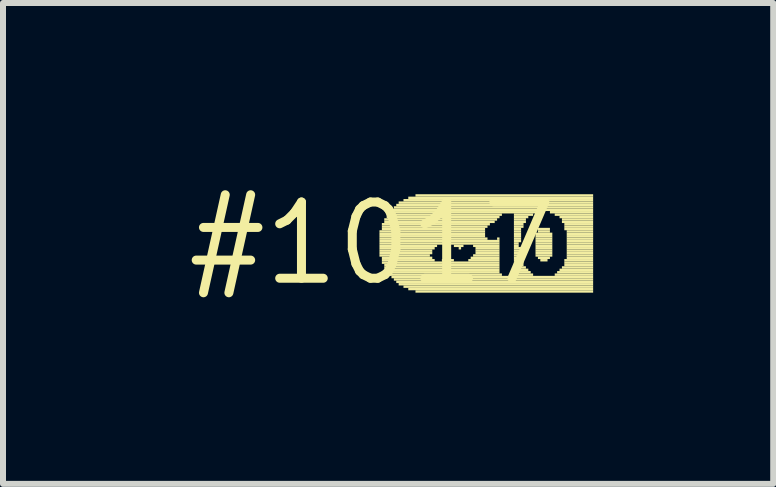
<source format=kicad_pcb>
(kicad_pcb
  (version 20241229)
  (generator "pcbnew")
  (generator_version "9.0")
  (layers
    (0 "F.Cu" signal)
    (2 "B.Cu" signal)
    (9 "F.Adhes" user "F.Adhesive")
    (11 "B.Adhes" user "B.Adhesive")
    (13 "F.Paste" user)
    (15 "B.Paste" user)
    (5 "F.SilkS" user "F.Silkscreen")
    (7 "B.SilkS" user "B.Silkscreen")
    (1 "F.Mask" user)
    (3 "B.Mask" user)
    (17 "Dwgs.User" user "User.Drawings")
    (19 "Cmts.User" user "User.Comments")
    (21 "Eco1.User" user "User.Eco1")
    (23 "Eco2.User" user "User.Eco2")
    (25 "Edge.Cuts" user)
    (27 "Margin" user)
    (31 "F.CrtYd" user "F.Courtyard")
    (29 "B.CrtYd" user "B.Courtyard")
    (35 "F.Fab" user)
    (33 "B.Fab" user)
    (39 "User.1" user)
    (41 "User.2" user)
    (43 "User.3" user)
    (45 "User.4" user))
  (footprint "#1017"
    (layer "F.Cu")
    (at 3.152 1.006)
    (property "Reference" "#1017" (at 0 0 0) (layer "F.SilkS") (effects (font (size 1.27 1.27) (thickness 0.15))))
    (attr through_hole)
    (fp_poly (pts (xy 0.12 -0.18) (xy 1.88 -0.18) (xy 1.88 -0.22) (xy 0.12 -0.22)) (stroke (width 0) (type solid)) (fill yes) (layer "F.SilkS"))
    (fp_poly (pts (xy 0.12 -0.14) (xy 1.88 -0.14) (xy 1.88 -0.18) (xy 0.12 -0.18)) (stroke (width 0) (type solid)) (fill yes) (layer "F.SilkS"))
    (fp_poly (pts (xy 0.12 -0.1) (xy 1.88 -0.1) (xy 1.88 -0.14) (xy 0.12 -0.14)) (stroke (width 0) (type solid)) (fill yes) (layer "F.SilkS"))
    (fp_poly (pts (xy 0.12 -0.06) (xy 1.92 -0.06) (xy 1.92 -0.1) (xy 0.12 -0.1)) (stroke (width 0) (type solid)) (fill yes) (layer "F.SilkS"))
    (fp_poly (pts (xy 0.12 -0.02) (xy 2.12 -0.02) (xy 2.12 -0.06) (xy 0.12 -0.06)) (stroke (width 0) (type solid)) (fill yes) (layer "F.SilkS"))
    (fp_poly (pts (xy 0.12 0.02) (xy 1.2 0.02) (xy 1.2 -0.02) (xy 0.12 -0.02)) (stroke (width 0) (type solid)) (fill yes) (layer "F.SilkS"))
    (fp_poly (pts (xy 0.12 0.06) (xy 1.08 0.06) (xy 1.08 0.02) (xy 0.12 0.02)) (stroke (width 0) (type solid)) (fill yes) (layer "F.SilkS"))
    (fp_poly (pts (xy 0.12 0.1) (xy 1.04 0.1) (xy 1.04 0.06) (xy 0.12 0.06)) (stroke (width 0) (type solid)) (fill yes) (layer "F.SilkS"))
    (fp_poly (pts (xy 0.12 0.14) (xy 1 0.14) (xy 1 0.1) (xy 0.12 0.1)) (stroke (width 0) (type solid)) (fill yes) (layer "F.SilkS"))
    (fp_poly (pts (xy 0.12 0.18) (xy 1 0.18) (xy 1 0.14) (xy 0.12 0.14)) (stroke (width 0) (type solid)) (fill yes) (layer "F.SilkS"))
    (fp_poly (pts (xy 0.12 0.22) (xy 0.96 0.22) (xy 0.96 0.18) (xy 0.12 0.18)) (stroke (width 0) (type solid)) (fill yes) (layer "F.SilkS"))
    (fp_poly (pts (xy 0.16 -0.3) (xy 1.96 -0.3) (xy 1.96 -0.34) (xy 0.16 -0.34)) (stroke (width 0) (type solid)) (fill yes) (layer "F.SilkS"))
    (fp_poly (pts (xy 0.16 -0.26) (xy 1.92 -0.26) (xy 1.92 -0.3) (xy 0.16 -0.3)) (stroke (width 0) (type solid)) (fill yes) (layer "F.SilkS"))
    (fp_poly (pts (xy 0.16 -0.22) (xy 1.88 -0.22) (xy 1.88 -0.26) (xy 0.16 -0.26)) (stroke (width 0) (type solid)) (fill yes) (layer "F.SilkS"))
    (fp_poly (pts (xy 0.16 0.26) (xy 1 0.26) (xy 1 0.22) (xy 0.16 0.22)) (stroke (width 0) (type solid)) (fill yes) (layer "F.SilkS"))
    (fp_poly (pts (xy 0.16 0.3) (xy 1.04 0.3) (xy 1.04 0.26) (xy 0.16 0.26)) (stroke (width 0) (type solid)) (fill yes) (layer "F.SilkS"))
    (fp_poly (pts (xy 0.16 0.34) (xy 2.12 0.34) (xy 2.12 0.3) (xy 0.16 0.3)) (stroke (width 0) (type solid)) (fill yes) (layer "F.SilkS"))
    (fp_poly (pts (xy 0.2 -0.38) (xy 2.08 -0.38) (xy 2.08 -0.42) (xy 0.2 -0.42)) (stroke (width 0) (type solid)) (fill yes) (layer "F.SilkS"))
    (fp_poly (pts (xy 0.2 -0.34) (xy 2.04 -0.34) (xy 2.04 -0.38) (xy 0.2 -0.38)) (stroke (width 0) (type solid)) (fill yes) (layer "F.SilkS"))
    (fp_poly (pts (xy 0.2 0.38) (xy 2.12 0.38) (xy 2.12 0.34) (xy 0.2 0.34)) (stroke (width 0) (type solid)) (fill yes) (layer "F.SilkS"))
    (fp_poly (pts (xy 0.2 0.42) (xy 2.12 0.42) (xy 2.12 0.38) (xy 0.2 0.38)) (stroke (width 0) (type solid)) (fill yes) (layer "F.SilkS"))
    (fp_poly (pts (xy 0.24 -0.46) (xy 2.16 -0.46) (xy 2.16 -0.5) (xy 0.24 -0.5)) (stroke (width 0) (type solid)) (fill yes) (layer "F.SilkS"))
    (fp_poly (pts (xy 0.24 -0.42) (xy 2.12 -0.42) (xy 2.12 -0.46) (xy 0.24 -0.46)) (stroke (width 0) (type solid)) (fill yes) (layer "F.SilkS"))
    (fp_poly (pts (xy 0.24 0.46) (xy 2.12 0.46) (xy 2.12 0.42) (xy 0.24 0.42)) (stroke (width 0) (type solid)) (fill yes) (layer "F.SilkS"))
    (fp_poly (pts (xy 0.24 0.5) (xy 2.12 0.5) (xy 2.12 0.46) (xy 0.24 0.46)) (stroke (width 0) (type solid)) (fill yes) (layer "F.SilkS"))
    (fp_poly (pts (xy 0.28 -0.5) (xy 2.76 -0.5) (xy 2.76 -0.54) (xy 0.28 -0.54)) (stroke (width 0) (type solid)) (fill yes) (layer "F.SilkS"))
    (fp_poly (pts (xy 0.28 0.54) (xy 2.16 0.54) (xy 2.16 0.5) (xy 0.28 0.5)) (stroke (width 0) (type solid)) (fill yes) (layer "F.SilkS"))
    (fp_poly (pts (xy 0.32 -0.54) (xy 3.68 -0.54) (xy 3.68 -0.58) (xy 0.32 -0.58)) (stroke (width 0) (type solid)) (fill yes) (layer "F.SilkS"))
    (fp_poly (pts (xy 0.32 0.58) (xy 3.68 0.58) (xy 3.68 0.54) (xy 0.32 0.54)) (stroke (width 0) (type solid)) (fill yes) (layer "F.SilkS"))
    (fp_poly (pts (xy 0.36 -0.58) (xy 3.68 -0.58) (xy 3.68 -0.62) (xy 0.36 -0.62)) (stroke (width 0) (type solid)) (fill yes) (layer "F.SilkS"))
    (fp_poly (pts (xy 0.36 0.62) (xy 3.68 0.62) (xy 3.68 0.58) (xy 0.36 0.58)) (stroke (width 0) (type solid)) (fill yes) (layer "F.SilkS"))
    (fp_poly (pts (xy 0.4 -0.62) (xy 3.68 -0.62) (xy 3.68 -0.66) (xy 0.4 -0.66)) (stroke (width 0) (type solid)) (fill yes) (layer "F.SilkS"))
    (fp_poly (pts (xy 0.4 0.66) (xy 3.68 0.66) (xy 3.68 0.62) (xy 0.4 0.62)) (stroke (width 0) (type solid)) (fill yes) (layer "F.SilkS"))
    (fp_poly (pts (xy 0.44 -0.66) (xy 3.68 -0.66) (xy 3.68 -0.7) (xy 0.44 -0.7)) (stroke (width 0) (type solid)) (fill yes) (layer "F.SilkS"))
    (fp_poly (pts (xy 0.44 0.7) (xy 3.68 0.7) (xy 3.68 0.66) (xy 0.44 0.66)) (stroke (width 0) (type solid)) (fill yes) (layer "F.SilkS"))
    (fp_poly (pts (xy 0.52 -0.7) (xy 3.68 -0.7) (xy 3.68 -0.74) (xy 0.52 -0.74)) (stroke (width 0) (type solid)) (fill yes) (layer "F.SilkS"))
    (fp_poly (pts (xy 0.52 0.74) (xy 3.68 0.74) (xy 3.68 0.7) (xy 0.52 0.7)) (stroke (width 0) (type solid)) (fill yes) (layer "F.SilkS"))
    (fp_poly (pts (xy 0.6 -0.74) (xy 3.68 -0.74) (xy 3.68 -0.78) (xy 0.6 -0.78)) (stroke (width 0) (type solid)) (fill yes) (layer "F.SilkS"))
    (fp_poly (pts (xy 0.6 0.78) (xy 3.68 0.78) (xy 3.68 0.74) (xy 0.6 0.74)) (stroke (width 0) (type solid)) (fill yes) (layer "F.SilkS"))
    (fp_poly (pts (xy 0.72 -0.78) (xy 3.68 -0.78) (xy 3.68 -0.82) (xy 0.72 -0.82)) (stroke (width 0) (type solid)) (fill yes) (layer "F.SilkS"))
    (fp_poly (pts (xy 0.72 0.82) (xy 3.68 0.82) (xy 3.68 0.78) (xy 0.72 0.78)) (stroke (width 0) (type solid)) (fill yes) (layer "F.SilkS"))
    (fp_poly (pts (xy 1.16 0.3) (xy 1.36 0.3) (xy 1.36 0.26) (xy 1.16 0.26)) (stroke (width 0) (type solid)) (fill yes) (layer "F.SilkS"))
    (fp_poly (pts (xy 1.2 0.26) (xy 1.28 0.26) (xy 1.28 0.22) (xy 1.2 0.22)) (stroke (width 0) (type solid)) (fill yes) (layer "F.SilkS"))
    (fp_poly (pts (xy 1.28 0.02) (xy 2.12 0.02) (xy 2.12 -0.02) (xy 1.28 -0.02)) (stroke (width 0) (type solid)) (fill yes) (layer "F.SilkS"))
    (fp_poly (pts (xy 1.36 0.06) (xy 1.52 0.06) (xy 1.52 0.02) (xy 1.36 0.02)) (stroke (width 0) (type solid)) (fill yes) (layer "F.SilkS"))
    (fp_poly (pts (xy 1.44 0.1) (xy 1.48 0.1) (xy 1.48 0.06) (xy 1.44 0.06)) (stroke (width 0) (type solid)) (fill yes) (layer "F.SilkS"))
    (fp_poly (pts (xy 1.6 0.3) (xy 2.12 0.3) (xy 2.12 0.26) (xy 1.6 0.26)) (stroke (width 0) (type solid)) (fill yes) (layer "F.SilkS"))
    (fp_poly (pts (xy 1.64 0.26) (xy 2.12 0.26) (xy 2.12 0.22) (xy 1.64 0.22)) (stroke (width 0) (type solid)) (fill yes) (layer "F.SilkS"))
    (fp_poly (pts (xy 1.68 0.06) (xy 2.12 0.06) (xy 2.12 0.02) (xy 1.68 0.02)) (stroke (width 0) (type solid)) (fill yes) (layer "F.SilkS"))
    (fp_poly (pts (xy 1.68 0.22) (xy 2.12 0.22) (xy 2.12 0.18) (xy 1.68 0.18)) (stroke (width 0) (type solid)) (fill yes) (layer "F.SilkS"))
    (fp_poly (pts (xy 1.72 0.1) (xy 2.12 0.1) (xy 2.12 0.06) (xy 1.72 0.06)) (stroke (width 0) (type solid)) (fill yes) (layer "F.SilkS"))
    (fp_poly (pts (xy 1.72 0.14) (xy 2.12 0.14) (xy 2.12 0.1) (xy 1.72 0.1)) (stroke (width 0) (type solid)) (fill yes) (layer "F.SilkS"))
    (fp_poly (pts (xy 1.72 0.18) (xy 2.12 0.18) (xy 2.12 0.14) (xy 1.72 0.14)) (stroke (width 0) (type solid)) (fill yes) (layer "F.SilkS"))
    (fp_poly (pts (xy 2.08 -0.06) (xy 2.12 -0.06) (xy 2.12 -0.1) (xy 2.08 -0.1)) (stroke (width 0) (type solid)) (fill yes) (layer "F.SilkS"))
    (fp_poly (pts (xy 2.32 0.54) (xy 2.68 0.54) (xy 2.68 0.5) (xy 2.32 0.5)) (stroke (width 0) (type solid)) (fill yes) (layer "F.SilkS"))
    (fp_poly (pts (xy 2.36 -0.46) (xy 2.68 -0.46) (xy 2.68 -0.5) (xy 2.36 -0.5)) (stroke (width 0) (type solid)) (fill yes) (layer "F.SilkS"))
    (fp_poly (pts (xy 2.36 -0.42) (xy 2.6 -0.42) (xy 2.6 -0.46) (xy 2.36 -0.46)) (stroke (width 0) (type solid)) (fill yes) (layer "F.SilkS"))
    (fp_poly (pts (xy 2.36 -0.38) (xy 2.56 -0.38) (xy 2.56 -0.42) (xy 2.36 -0.42)) (stroke (width 0) (type solid)) (fill yes) (layer "F.SilkS"))
    (fp_poly (pts (xy 2.36 -0.34) (xy 2.56 -0.34) (xy 2.56 -0.38) (xy 2.36 -0.38)) (stroke (width 0) (type solid)) (fill yes) (layer "F.SilkS"))
    (fp_poly (pts (xy 2.36 -0.3) (xy 2.52 -0.3) (xy 2.52 -0.34) (xy 2.36 -0.34)) (stroke (width 0) (type solid)) (fill yes) (layer "F.SilkS"))
    (fp_poly (pts (xy 2.36 -0.26) (xy 2.52 -0.26) (xy 2.52 -0.3) (xy 2.36 -0.3)) (stroke (width 0) (type solid)) (fill yes) (layer "F.SilkS"))
    (fp_poly (pts (xy 2.36 -0.22) (xy 2.48 -0.22) (xy 2.48 -0.26) (xy 2.36 -0.26)) (stroke (width 0) (type solid)) (fill yes) (layer "F.SilkS"))
    (fp_poly (pts (xy 2.36 -0.18) (xy 2.48 -0.18) (xy 2.48 -0.22) (xy 2.36 -0.22)) (stroke (width 0) (type solid)) (fill yes) (layer "F.SilkS"))
    (fp_poly (pts (xy 2.36 -0.14) (xy 2.48 -0.14) (xy 2.48 -0.18) (xy 2.36 -0.18)) (stroke (width 0) (type solid)) (fill yes) (layer "F.SilkS"))
    (fp_poly (pts (xy 2.36 -0.1) (xy 2.48 -0.1) (xy 2.48 -0.14) (xy 2.36 -0.14)) (stroke (width 0) (type solid)) (fill yes) (layer "F.SilkS"))
    (fp_poly (pts (xy 2.36 -0.06) (xy 2.48 -0.06) (xy 2.48 -0.1) (xy 2.36 -0.1)) (stroke (width 0) (type solid)) (fill yes) (layer "F.SilkS"))
    (fp_poly (pts (xy 2.36 -0.02) (xy 2.48 -0.02) (xy 2.48 -0.06) (xy 2.36 -0.06)) (stroke (width 0) (type solid)) (fill yes) (layer "F.SilkS"))
    (fp_poly (pts (xy 2.36 0.02) (xy 2.44 0.02) (xy 2.44 -0.02) (xy 2.36 -0.02)) (stroke (width 0) (type solid)) (fill yes) (layer "F.SilkS"))
    (fp_poly (pts (xy 2.36 0.06) (xy 2.44 0.06) (xy 2.44 0.02) (xy 2.36 0.02)) (stroke (width 0) (type solid)) (fill yes) (layer "F.SilkS"))
    (fp_poly (pts (xy 2.36 0.1) (xy 2.48 0.1) (xy 2.48 0.06) (xy 2.36 0.06)) (stroke (width 0) (type solid)) (fill yes) (layer "F.SilkS"))
    (fp_poly (pts (xy 2.36 0.14) (xy 2.48 0.14) (xy 2.48 0.1) (xy 2.36 0.1)) (stroke (width 0) (type solid)) (fill yes) (layer "F.SilkS"))
    (fp_poly (pts (xy 2.36 0.18) (xy 2.48 0.18) (xy 2.48 0.14) (xy 2.36 0.14)) (stroke (width 0) (type solid)) (fill yes) (layer "F.SilkS"))
    (fp_poly (pts (xy 2.36 0.22) (xy 2.48 0.22) (xy 2.48 0.18) (xy 2.36 0.18)) (stroke (width 0) (type solid)) (fill yes) (layer "F.SilkS"))
    (fp_poly (pts (xy 2.36 0.26) (xy 2.48 0.26) (xy 2.48 0.22) (xy 2.36 0.22)) (stroke (width 0) (type solid)) (fill yes) (layer "F.SilkS"))
    (fp_poly (pts (xy 2.36 0.3) (xy 2.48 0.3) (xy 2.48 0.26) (xy 2.36 0.26)) (stroke (width 0) (type solid)) (fill yes) (layer "F.SilkS"))
    (fp_poly (pts (xy 2.36 0.34) (xy 2.52 0.34) (xy 2.52 0.3) (xy 2.36 0.3)) (stroke (width 0) (type solid)) (fill yes) (layer "F.SilkS"))
    (fp_poly (pts (xy 2.36 0.38) (xy 2.52 0.38) (xy 2.52 0.34) (xy 2.36 0.34)) (stroke (width 0) (type solid)) (fill yes) (layer "F.SilkS"))
    (fp_poly (pts (xy 2.36 0.42) (xy 2.56 0.42) (xy 2.56 0.38) (xy 2.36 0.38)) (stroke (width 0) (type solid)) (fill yes) (layer "F.SilkS"))
    (fp_poly (pts (xy 2.36 0.46) (xy 2.6 0.46) (xy 2.6 0.42) (xy 2.36 0.42)) (stroke (width 0) (type solid)) (fill yes) (layer "F.SilkS"))
    (fp_poly (pts (xy 2.36 0.5) (xy 2.64 0.5) (xy 2.64 0.46) (xy 2.36 0.46)) (stroke (width 0) (type solid)) (fill yes) (layer "F.SilkS"))
    (fp_poly (pts (xy 2.72 -0.14) (xy 3 -0.14) (xy 3 -0.18) (xy 2.72 -0.18)) (stroke (width 0) (type solid)) (fill yes) (layer "F.SilkS"))
    (fp_poly (pts (xy 2.72 -0.1) (xy 3 -0.1) (xy 3 -0.14) (xy 2.72 -0.14)) (stroke (width 0) (type solid)) (fill yes) (layer "F.SilkS"))
    (fp_poly (pts (xy 2.72 -0.06) (xy 3 -0.06) (xy 3 -0.1) (xy 2.72 -0.1)) (stroke (width 0) (type solid)) (fill yes) (layer "F.SilkS"))
    (fp_poly (pts (xy 2.72 -0.02) (xy 3 -0.02) (xy 3 -0.06) (xy 2.72 -0.06)) (stroke (width 0) (type solid)) (fill yes) (layer "F.SilkS"))
    (fp_poly (pts (xy 2.72 0.02) (xy 3 0.02) (xy 3 -0.02) (xy 2.72 -0.02)) (stroke (width 0) (type solid)) (fill yes) (layer "F.SilkS"))
    (fp_poly (pts (xy 2.72 0.06) (xy 3 0.06) (xy 3 0.02) (xy 2.72 0.02)) (stroke (width 0) (type solid)) (fill yes) (layer "F.SilkS"))
    (fp_poly (pts (xy 2.72 0.1) (xy 3 0.1) (xy 3 0.06) (xy 2.72 0.06)) (stroke (width 0) (type solid)) (fill yes) (layer "F.SilkS"))
    (fp_poly (pts (xy 2.72 0.14) (xy 3 0.14) (xy 3 0.1) (xy 2.72 0.1)) (stroke (width 0) (type solid)) (fill yes) (layer "F.SilkS"))
    (fp_poly (pts (xy 2.72 0.18) (xy 3 0.18) (xy 3 0.14) (xy 2.72 0.14)) (stroke (width 0) (type solid)) (fill yes) (layer "F.SilkS"))
    (fp_poly (pts (xy 2.72 0.22) (xy 3 0.22) (xy 3 0.18) (xy 2.72 0.18)) (stroke (width 0) (type solid)) (fill yes) (layer "F.SilkS"))
    (fp_poly (pts (xy 2.76 -0.22) (xy 2.96 -0.22) (xy 2.96 -0.26) (xy 2.76 -0.26)) (stroke (width 0) (type solid)) (fill yes) (layer "F.SilkS"))
    (fp_poly (pts (xy 2.76 -0.18) (xy 2.96 -0.18) (xy 2.96 -0.22) (xy 2.76 -0.22)) (stroke (width 0) (type solid)) (fill yes) (layer "F.SilkS"))
    (fp_poly (pts (xy 2.76 0.26) (xy 2.96 0.26) (xy 2.96 0.22) (xy 2.76 0.22)) (stroke (width 0) (type solid)) (fill yes) (layer "F.SilkS"))
    (fp_poly (pts (xy 2.8 0.3) (xy 2.92 0.3) (xy 2.92 0.26) (xy 2.8 0.26)) (stroke (width 0) (type solid)) (fill yes) (layer "F.SilkS"))
    (fp_poly (pts (xy 2.96 -0.5) (xy 3.68 -0.5) (xy 3.68 -0.54) (xy 2.96 -0.54)) (stroke (width 0) (type solid)) (fill yes) (layer "F.SilkS"))
    (fp_poly (pts (xy 3.04 -0.46) (xy 3.68 -0.46) (xy 3.68 -0.5) (xy 3.04 -0.5)) (stroke (width 0) (type solid)) (fill yes) (layer "F.SilkS"))
    (fp_poly (pts (xy 3.04 0.54) (xy 3.68 0.54) (xy 3.68 0.5) (xy 3.04 0.5)) (stroke (width 0) (type solid)) (fill yes) (layer "F.SilkS"))
    (fp_poly (pts (xy 3.08 0.5) (xy 3.68 0.5) (xy 3.68 0.46) (xy 3.08 0.46)) (stroke (width 0) (type solid)) (fill yes) (layer "F.SilkS"))
    (fp_poly (pts (xy 3.12 -0.42) (xy 3.68 -0.42) (xy 3.68 -0.46) (xy 3.12 -0.46)) (stroke (width 0) (type solid)) (fill yes) (layer "F.SilkS"))
    (fp_poly (pts (xy 3.12 0.46) (xy 3.68 0.46) (xy 3.68 0.42) (xy 3.12 0.42)) (stroke (width 0) (type solid)) (fill yes) (layer "F.SilkS"))
    (fp_poly (pts (xy 3.16 -0.38) (xy 3.68 -0.38) (xy 3.68 -0.42) (xy 3.16 -0.42)) (stroke (width 0) (type solid)) (fill yes) (layer "F.SilkS"))
    (fp_poly (pts (xy 3.16 -0.34) (xy 3.68 -0.34) (xy 3.68 -0.38) (xy 3.16 -0.38)) (stroke (width 0) (type solid)) (fill yes) (layer "F.SilkS"))
    (fp_poly (pts (xy 3.16 0.42) (xy 3.68 0.42) (xy 3.68 0.38) (xy 3.16 0.38)) (stroke (width 0) (type solid)) (fill yes) (layer "F.SilkS"))
    (fp_poly (pts (xy 3.2 -0.3) (xy 3.68 -0.3) (xy 3.68 -0.34) (xy 3.2 -0.34)) (stroke (width 0) (type solid)) (fill yes) (layer "F.SilkS"))
    (fp_poly (pts (xy 3.2 -0.26) (xy 3.68 -0.26) (xy 3.68 -0.3) (xy 3.2 -0.3)) (stroke (width 0) (type solid)) (fill yes) (layer "F.SilkS"))
    (fp_poly (pts (xy 3.2 -0.22) (xy 3.68 -0.22) (xy 3.68 -0.26) (xy 3.2 -0.26)) (stroke (width 0) (type solid)) (fill yes) (layer "F.SilkS"))
    (fp_poly (pts (xy 3.2 0.3) (xy 3.68 0.3) (xy 3.68 0.26) (xy 3.2 0.26)) (stroke (width 0) (type solid)) (fill yes) (layer "F.SilkS"))
    (fp_poly (pts (xy 3.2 0.34) (xy 3.68 0.34) (xy 3.68 0.3) (xy 3.2 0.3)) (stroke (width 0) (type solid)) (fill yes) (layer "F.SilkS"))
    (fp_poly (pts (xy 3.2 0.38) (xy 3.68 0.38) (xy 3.68 0.34) (xy 3.2 0.34)) (stroke (width 0) (type solid)) (fill yes) (layer "F.SilkS"))
    (fp_poly (pts (xy 3.24 -0.18) (xy 3.68 -0.18) (xy 3.68 -0.22) (xy 3.24 -0.22)) (stroke (width 0) (type solid)) (fill yes) (layer "F.SilkS"))
    (fp_poly (pts (xy 3.24 -0.14) (xy 3.68 -0.14) (xy 3.68 -0.18) (xy 3.24 -0.18)) (stroke (width 0) (type solid)) (fill yes) (layer "F.SilkS"))
    (fp_poly (pts (xy 3.24 -0.1) (xy 3.68 -0.1) (xy 3.68 -0.14) (xy 3.24 -0.14)) (stroke (width 0) (type solid)) (fill yes) (layer "F.SilkS"))
    (fp_poly (pts (xy 3.24 -0.06) (xy 3.68 -0.06) (xy 3.68 -0.1) (xy 3.24 -0.1)) (stroke (width 0) (type solid)) (fill yes) (layer "F.SilkS"))
    (fp_poly (pts (xy 3.24 -0.02) (xy 3.68 -0.02) (xy 3.68 -0.06) (xy 3.24 -0.06)) (stroke (width 0) (type solid)) (fill yes) (layer "F.SilkS"))
    (fp_poly (pts (xy 3.24 0.02) (xy 3.68 0.02) (xy 3.68 -0.02) (xy 3.24 -0.02)) (stroke (width 0) (type solid)) (fill yes) (layer "F.SilkS"))
    (fp_poly (pts (xy 3.24 0.06) (xy 3.68 0.06) (xy 3.68 0.02) (xy 3.24 0.02)) (stroke (width 0) (type solid)) (fill yes) (layer "F.SilkS"))
    (fp_poly (pts (xy 3.24 0.1) (xy 3.68 0.1) (xy 3.68 0.06) (xy 3.24 0.06)) (stroke (width 0) (type solid)) (fill yes) (layer "F.SilkS"))
    (fp_poly (pts (xy 3.24 0.14) (xy 3.68 0.14) (xy 3.68 0.1) (xy 3.24 0.1)) (stroke (width 0) (type solid)) (fill yes) (layer "F.SilkS"))
    (fp_poly (pts (xy 3.24 0.18) (xy 3.68 0.18) (xy 3.68 0.14) (xy 3.24 0.14)) (stroke (width 0) (type solid)) (fill yes) (layer "F.SilkS"))
    (fp_poly (pts (xy 3.24 0.22) (xy 3.68 0.22) (xy 3.68 0.18) (xy 3.24 0.18)) (stroke (width 0) (type solid)) (fill yes) (layer "F.SilkS"))
    (fp_poly (pts (xy 3.24 0.26) (xy 3.68 0.26) (xy 3.68 0.22) (xy 3.24 0.22)) (stroke (width 0) (type solid)) (fill yes) (layer "F.SilkS")))
  (gr_rect
    (start -3 -3)
    (end 9.832 5.012)
    (stroke (width 0.1) (type default))
    (fill no)
    (layer "Edge.Cuts")))
</source>
